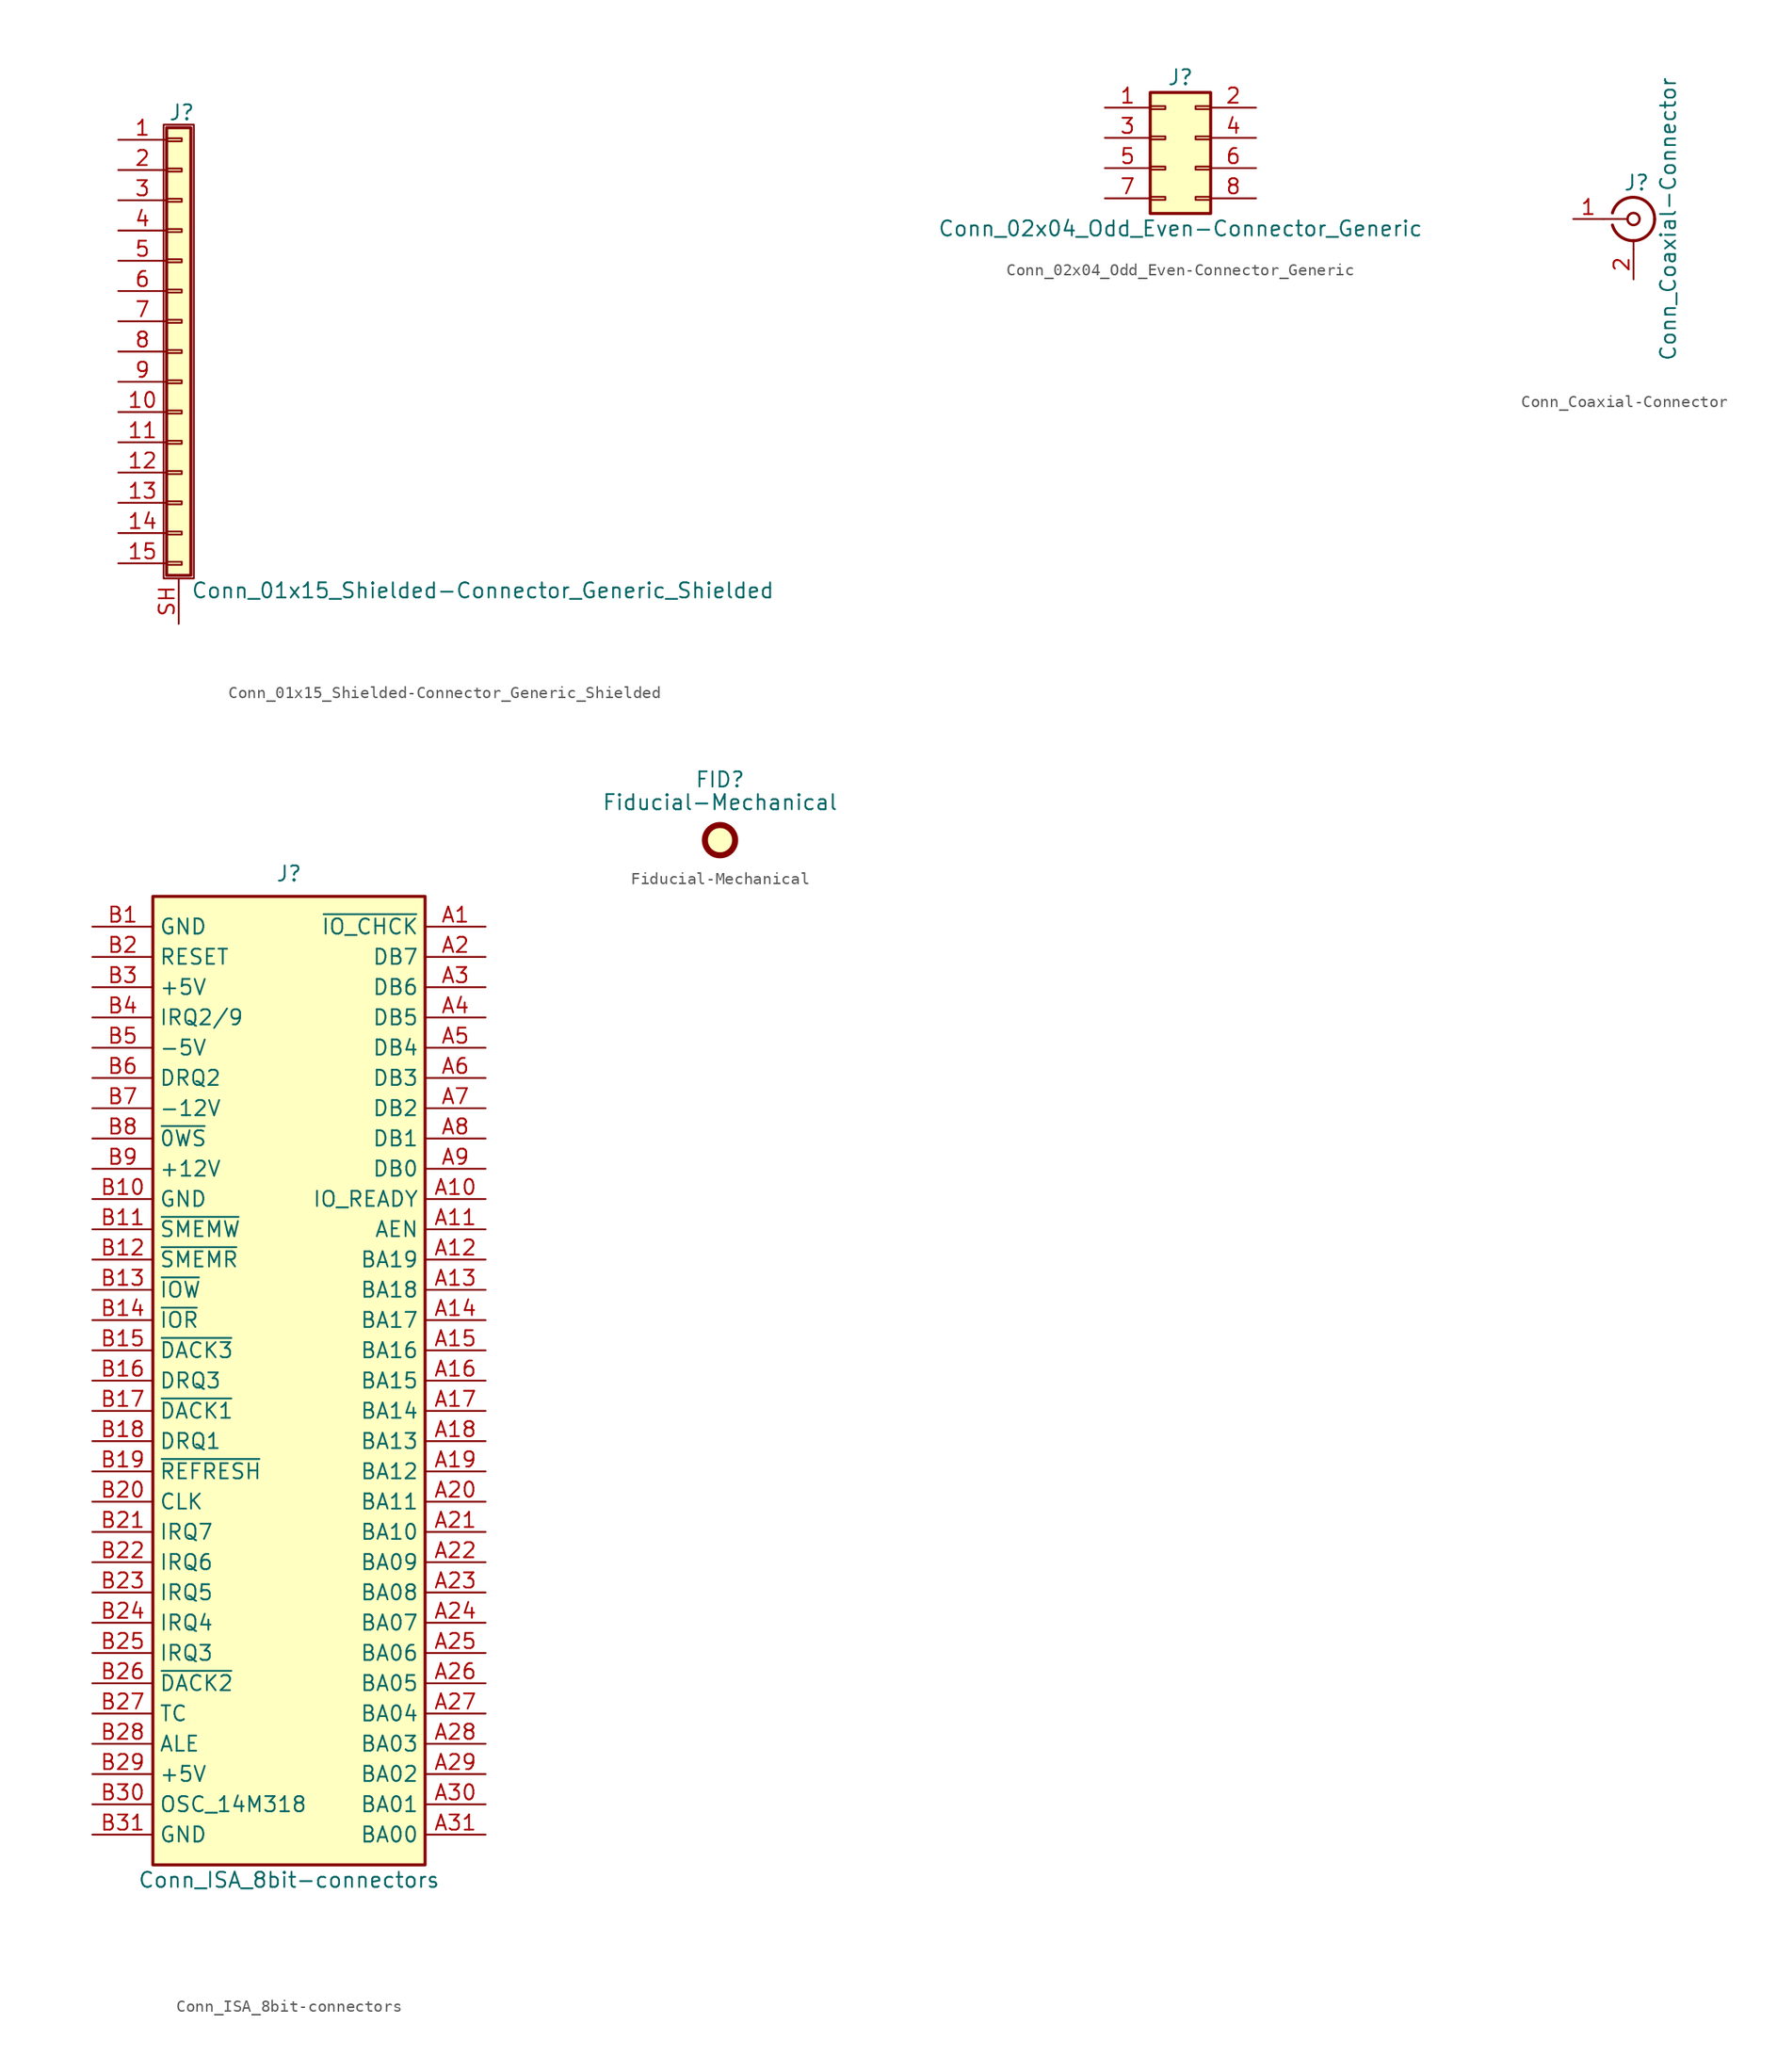
<source format=kicad_sym>
(kicad_symbol_lib
  (version 20220914)
  (generator kicad_symbol_editor)
  (symbol "Conn_01x15_Shielded-Connector_Generic_Shielded"
    (pin_names
      (offset 1.016) hide)
    (property "Reference" "J"
      (at 0.254 20.066 0)
      (effects (font (size 1.27 1.27))))
    (property "Value" "Conn_01x15_Shielded-Connector_Generic_Shielded"
      (at 1.016 -20.066 0)
      (effects (font (size 1.27 1.27)) (justify left)))
    (symbol "Conn_01x15_Shielded-Connector_Generic_Shielded_1_1"
      (rectangle (start -1.27 19.05) (end 1.27 -19.05) (stroke (width 0.152) (type solid)) (fill (type none)))
      (rectangle (start -1.016 -17.653) (end 0.254 -17.907) (stroke (width 0.152) (type solid)) (fill (type none)))
      (rectangle (start -1.016 -15.113) (end 0.254 -15.367) (stroke (width 0.152) (type solid)) (fill (type none)))
      (rectangle (start -1.016 -12.573) (end 0.254 -12.827) (stroke (width 0.152) (type solid)) (fill (type none)))
      (rectangle (start -1.016 -10.033) (end 0.254 -10.287) (stroke (width 0.152) (type solid)) (fill (type none)))
      (rectangle (start -1.016 -7.493) (end 0.254 -7.747) (stroke (width 0.152) (type solid)) (fill (type none)))
      (rectangle (start -1.016 -4.953) (end 0.254 -5.207) (stroke (width 0.152) (type solid)) (fill (type none)))
      (rectangle (start -1.016 -2.413) (end 0.254 -2.667) (stroke (width 0.152) (type solid)) (fill (type none)))
      (rectangle (start -1.016 0.127) (end 0.254 -0.127) (stroke (width 0.152) (type solid)) (fill (type none)))
      (rectangle (start -1.016 2.667) (end 0.254 2.413) (stroke (width 0.152) (type solid)) (fill (type none)))
      (rectangle (start -1.016 5.207) (end 0.254 4.953) (stroke (width 0.152) (type solid)) (fill (type none)))
      (rectangle (start -1.016 7.747) (end 0.254 7.493) (stroke (width 0.152) (type solid)) (fill (type none)))
      (rectangle (start -1.016 10.287) (end 0.254 10.033) (stroke (width 0.152) (type solid)) (fill (type none)))
      (rectangle (start -1.016 12.827) (end 0.254 12.573) (stroke (width 0.152) (type solid)) (fill (type none)))
      (rectangle (start -1.016 15.367) (end 0.254 15.113) (stroke (width 0.152) (type solid)) (fill (type none)))
      (rectangle (start -1.016 17.907) (end 0.254 17.653) (stroke (width 0.152) (type solid)) (fill (type none)))
      (rectangle (start -1.016 18.796) (end 1.016 -18.796) (stroke (width 0.254) (type solid)) (fill (type background)))
      (pin passive line (at -5.08 17.78 0) (length 4.064) (name "Pin_1" (effects (font (size 1.27 1.27)))) (number "1" (effects (font (size 1.27 1.27)))))
      (pin passive line (at -5.08 -5.08 0) (length 4.064) (name "Pin_10" (effects (font (size 1.27 1.27)))) (number "10" (effects (font (size 1.27 1.27)))))
      (pin passive line (at -5.08 -7.62 0) (length 4.064) (name "Pin_11" (effects (font (size 1.27 1.27)))) (number "11" (effects (font (size 1.27 1.27)))))
      (pin passive line (at -5.08 -10.16 0) (length 4.064) (name "Pin_12" (effects (font (size 1.27 1.27)))) (number "12" (effects (font (size 1.27 1.27)))))
      (pin passive line (at -5.08 -12.7 0) (length 4.064) (name "Pin_13" (effects (font (size 1.27 1.27)))) (number "13" (effects (font (size 1.27 1.27)))))
      (pin passive line (at -5.08 -15.24 0) (length 4.064) (name "Pin_14" (effects (font (size 1.27 1.27)))) (number "14" (effects (font (size 1.27 1.27)))))
      (pin passive line (at -5.08 -17.78 0) (length 4.064) (name "Pin_15" (effects (font (size 1.27 1.27)))) (number "15" (effects (font (size 1.27 1.27)))))
      (pin passive line (at -5.08 15.24 0) (length 4.064) (name "Pin_2" (effects (font (size 1.27 1.27)))) (number "2" (effects (font (size 1.27 1.27)))))
      (pin passive line (at -5.08 12.7 0) (length 4.064) (name "Pin_3" (effects (font (size 1.27 1.27)))) (number "3" (effects (font (size 1.27 1.27)))))
      (pin passive line (at -5.08 10.16 0) (length 4.064) (name "Pin_4" (effects (font (size 1.27 1.27)))) (number "4" (effects (font (size 1.27 1.27)))))
      (pin passive line (at -5.08 7.62 0) (length 4.064) (name "Pin_5" (effects (font (size 1.27 1.27)))) (number "5" (effects (font (size 1.27 1.27)))))
      (pin passive line (at -5.08 5.08 0) (length 4.064) (name "Pin_6" (effects (font (size 1.27 1.27)))) (number "6" (effects (font (size 1.27 1.27)))))
      (pin passive line (at -5.08 2.54 0) (length 4.064) (name "Pin_7" (effects (font (size 1.27 1.27)))) (number "7" (effects (font (size 1.27 1.27)))))
      (pin passive line (at -5.08 0 0) (length 4.064) (name "Pin_8" (effects (font (size 1.27 1.27)))) (number "8" (effects (font (size 1.27 1.27)))))
      (pin passive line (at -5.08 -2.54 0) (length 4.064) (name "Pin_9" (effects (font (size 1.27 1.27)))) (number "9" (effects (font (size 1.27 1.27)))))
      (pin passive line (at 0 -22.86 90) (length 3.81) (name "Shield" (effects (font (size 1.27 1.27)))) (number "SH" (effects (font (size 1.27 1.27)))))))
  (symbol "Conn_02x04_Odd_Even-Connector_Generic"
    (pin_names
      (offset 1.016) hide)
    (property "Reference" "J"
      (at 1.27 5.08 0)
      (effects (font (size 1.27 1.27))))
    (property "Value" "Conn_02x04_Odd_Even-Connector_Generic"
      (at 1.27 -7.62 0)
      (effects (font (size 1.27 1.27))))
    (symbol "Conn_02x04_Odd_Even-Connector_Generic_1_1"
      (rectangle (start -1.27 -4.953) (end 0 -5.207) (stroke (width 0.152) (type solid)) (fill (type none)))
      (rectangle (start -1.27 -2.413) (end 0 -2.667) (stroke (width 0.152) (type solid)) (fill (type none)))
      (rectangle (start -1.27 0.127) (end 0 -0.127) (stroke (width 0.152) (type solid)) (fill (type none)))
      (rectangle (start -1.27 2.667) (end 0 2.413) (stroke (width 0.152) (type solid)) (fill (type none)))
      (rectangle (start -1.27 3.81) (end 3.81 -6.35) (stroke (width 0.254) (type solid)) (fill (type background)))
      (rectangle (start 3.81 -4.953) (end 2.54 -5.207) (stroke (width 0.152) (type solid)) (fill (type none)))
      (rectangle (start 3.81 -2.413) (end 2.54 -2.667) (stroke (width 0.152) (type solid)) (fill (type none)))
      (rectangle (start 3.81 0.127) (end 2.54 -0.127) (stroke (width 0.152) (type solid)) (fill (type none)))
      (rectangle (start 3.81 2.667) (end 2.54 2.413) (stroke (width 0.152) (type solid)) (fill (type none)))
      (pin passive line (at -5.08 2.54 0) (length 3.81) (name "Pin_1" (effects (font (size 1.27 1.27)))) (number "1" (effects (font (size 1.27 1.27)))))
      (pin passive line (at 7.62 2.54 180) (length 3.81) (name "Pin_2" (effects (font (size 1.27 1.27)))) (number "2" (effects (font (size 1.27 1.27)))))
      (pin passive line (at -5.08 0 0) (length 3.81) (name "Pin_3" (effects (font (size 1.27 1.27)))) (number "3" (effects (font (size 1.27 1.27)))))
      (pin passive line (at 7.62 0 180) (length 3.81) (name "Pin_4" (effects (font (size 1.27 1.27)))) (number "4" (effects (font (size 1.27 1.27)))))
      (pin passive line (at -5.08 -2.54 0) (length 3.81) (name "Pin_5" (effects (font (size 1.27 1.27)))) (number "5" (effects (font (size 1.27 1.27)))))
      (pin passive line (at 7.62 -2.54 180) (length 3.81) (name "Pin_6" (effects (font (size 1.27 1.27)))) (number "6" (effects (font (size 1.27 1.27)))))
      (pin passive line (at -5.08 -5.08 0) (length 3.81) (name "Pin_7" (effects (font (size 1.27 1.27)))) (number "7" (effects (font (size 1.27 1.27)))))
      (pin passive line (at 7.62 -5.08 180) (length 3.81) (name "Pin_8" (effects (font (size 1.27 1.27)))) (number "8" (effects (font (size 1.27 1.27)))))))
  (symbol "Conn_Coaxial-Connector"
    (pin_names
      (offset 1.016) hide)
    (property "Reference" "J"
      (at 0.254 3.048 0)
      (effects (font (size 1.27 1.27))))
    (property "Value" "Conn_Coaxial-Connector"
      (at 2.921 0 90)
      (effects (font (size 1.27 1.27))))
    (symbol "Conn_Coaxial-Connector_0_1"
      (arc (start -1.778 -0.508) (mid 0.2311 -1.8066) (end 1.778 0) (stroke (width 0.254) (type solid)) (fill (type none)))
      (polyline (pts (xy -2.54 0) (xy -0.508 0)) (stroke (width 0) (type solid)) (fill (type none)))
      (polyline (pts (xy 0 -2.54) (xy 0 -1.778)) (stroke (width 0) (type solid)) (fill (type none)))
      (circle (center 0 0) (radius 0.508) (stroke (width 0.203) (type solid)) (fill (type none)))
      (arc (start 1.778 0) (mid 0.2099 1.8101) (end -1.778 0.508) (stroke (width 0.254) (type solid)) (fill (type none))))
    (symbol "Conn_Coaxial-Connector_1_1"
      (pin passive line (at -5.08 0 0) (length 2.54) (name "In" (effects (font (size 1.27 1.27)))) (number "1" (effects (font (size 1.27 1.27)))))
      (pin passive line (at 0 -5.08 90) (length 2.54) (name "Ext" (effects (font (size 1.27 1.27)))) (number "2" (effects (font (size 1.27 1.27)))))))
  (symbol "Conn_ISA_8bit-connectors"
    (property "Reference" "J"
      (at 11.43 1.905 0)
      (effects (font (size 1.27 1.27))))
    (property "Value" "Conn_ISA_8bit-connectors"
      (at 11.43 -82.55 0)
      (effects (font (size 1.27 1.27))))
    (symbol "Conn_ISA_8bit-connectors_0_1"
      (rectangle (start 0 -81.28) (end 22.86 0) (stroke (width 0.254) (type solid)) (fill (type background))))
    (symbol "Conn_ISA_8bit-connectors_1_1"
      (pin passive line (at 27.94 -2.54 180) (length 5.08) (name "~{IO_CHCK}" (effects (font (size 1.27 1.27)))) (number "A1" (effects (font (size 1.27 1.27)))))
      (pin passive line (at 27.94 -25.4 180) (length 5.08) (name "IO_READY" (effects (font (size 1.27 1.27)))) (number "A10" (effects (font (size 1.27 1.27)))))
      (pin output line (at 27.94 -27.94 180) (length 5.08) (name "AEN" (effects (font (size 1.27 1.27)))) (number "A11" (effects (font (size 1.27 1.27)))))
      (pin tri_state line (at 27.94 -30.48 180) (length 5.08) (name "BA19" (effects (font (size 1.27 1.27)))) (number "A12" (effects (font (size 1.27 1.27)))))
      (pin tri_state line (at 27.94 -33.02 180) (length 5.08) (name "BA18" (effects (font (size 1.27 1.27)))) (number "A13" (effects (font (size 1.27 1.27)))))
      (pin tri_state line (at 27.94 -35.56 180) (length 5.08) (name "BA17" (effects (font (size 1.27 1.27)))) (number "A14" (effects (font (size 1.27 1.27)))))
      (pin tri_state line (at 27.94 -38.1 180) (length 5.08) (name "BA16" (effects (font (size 1.27 1.27)))) (number "A15" (effects (font (size 1.27 1.27)))))
      (pin tri_state line (at 27.94 -40.64 180) (length 5.08) (name "BA15" (effects (font (size 1.27 1.27)))) (number "A16" (effects (font (size 1.27 1.27)))))
      (pin tri_state line (at 27.94 -43.18 180) (length 5.08) (name "BA14" (effects (font (size 1.27 1.27)))) (number "A17" (effects (font (size 1.27 1.27)))))
      (pin tri_state line (at 27.94 -45.72 180) (length 5.08) (name "BA13" (effects (font (size 1.27 1.27)))) (number "A18" (effects (font (size 1.27 1.27)))))
      (pin tri_state line (at 27.94 -48.26 180) (length 5.08) (name "BA12" (effects (font (size 1.27 1.27)))) (number "A19" (effects (font (size 1.27 1.27)))))
      (pin tri_state line (at 27.94 -5.08 180) (length 5.08) (name "DB7" (effects (font (size 1.27 1.27)))) (number "A2" (effects (font (size 1.27 1.27)))))
      (pin tri_state line (at 27.94 -50.8 180) (length 5.08) (name "BA11" (effects (font (size 1.27 1.27)))) (number "A20" (effects (font (size 1.27 1.27)))))
      (pin tri_state line (at 27.94 -53.34 180) (length 5.08) (name "BA10" (effects (font (size 1.27 1.27)))) (number "A21" (effects (font (size 1.27 1.27)))))
      (pin tri_state line (at 27.94 -55.88 180) (length 5.08) (name "BA09" (effects (font (size 1.27 1.27)))) (number "A22" (effects (font (size 1.27 1.27)))))
      (pin tri_state line (at 27.94 -58.42 180) (length 5.08) (name "BA08" (effects (font (size 1.27 1.27)))) (number "A23" (effects (font (size 1.27 1.27)))))
      (pin tri_state line (at 27.94 -60.96 180) (length 5.08) (name "BA07" (effects (font (size 1.27 1.27)))) (number "A24" (effects (font (size 1.27 1.27)))))
      (pin tri_state line (at 27.94 -63.5 180) (length 5.08) (name "BA06" (effects (font (size 1.27 1.27)))) (number "A25" (effects (font (size 1.27 1.27)))))
      (pin tri_state line (at 27.94 -66.04 180) (length 5.08) (name "BA05" (effects (font (size 1.27 1.27)))) (number "A26" (effects (font (size 1.27 1.27)))))
      (pin tri_state line (at 27.94 -68.58 180) (length 5.08) (name "BA04" (effects (font (size 1.27 1.27)))) (number "A27" (effects (font (size 1.27 1.27)))))
      (pin tri_state line (at 27.94 -71.12 180) (length 5.08) (name "BA03" (effects (font (size 1.27 1.27)))) (number "A28" (effects (font (size 1.27 1.27)))))
      (pin tri_state line (at 27.94 -73.66 180) (length 5.08) (name "BA02" (effects (font (size 1.27 1.27)))) (number "A29" (effects (font (size 1.27 1.27)))))
      (pin tri_state line (at 27.94 -7.62 180) (length 5.08) (name "DB6" (effects (font (size 1.27 1.27)))) (number "A3" (effects (font (size 1.27 1.27)))))
      (pin tri_state line (at 27.94 -76.2 180) (length 5.08) (name "BA01" (effects (font (size 1.27 1.27)))) (number "A30" (effects (font (size 1.27 1.27)))))
      (pin tri_state line (at 27.94 -78.74 180) (length 5.08) (name "BA00" (effects (font (size 1.27 1.27)))) (number "A31" (effects (font (size 1.27 1.27)))))
      (pin tri_state line (at 27.94 -10.16 180) (length 5.08) (name "DB5" (effects (font (size 1.27 1.27)))) (number "A4" (effects (font (size 1.27 1.27)))))
      (pin tri_state line (at 27.94 -12.7 180) (length 5.08) (name "DB4" (effects (font (size 1.27 1.27)))) (number "A5" (effects (font (size 1.27 1.27)))))
      (pin tri_state line (at 27.94 -15.24 180) (length 5.08) (name "DB3" (effects (font (size 1.27 1.27)))) (number "A6" (effects (font (size 1.27 1.27)))))
      (pin tri_state line (at 27.94 -17.78 180) (length 5.08) (name "DB2" (effects (font (size 1.27 1.27)))) (number "A7" (effects (font (size 1.27 1.27)))))
      (pin tri_state line (at 27.94 -20.32 180) (length 5.08) (name "DB1" (effects (font (size 1.27 1.27)))) (number "A8" (effects (font (size 1.27 1.27)))))
      (pin tri_state line (at 27.94 -22.86 180) (length 5.08) (name "DB0" (effects (font (size 1.27 1.27)))) (number "A9" (effects (font (size 1.27 1.27)))))
      (pin power_out line (at -5.08 -2.54 0) (length 5.08) (name "GND" (effects (font (size 1.27 1.27)))) (number "B1" (effects (font (size 1.27 1.27)))))
      (pin power_in line (at -5.08 -25.4 0) (length 5.08) (name "GND" (effects (font (size 1.27 1.27)))) (number "B10" (effects (font (size 1.27 1.27)))))
      (pin output line (at -5.08 -27.94 0) (length 5.08) (name "~{SMEMW}" (effects (font (size 1.27 1.27)))) (number "B11" (effects (font (size 1.27 1.27)))))
      (pin output line (at -5.08 -30.48 0) (length 5.08) (name "~{SMEMR}" (effects (font (size 1.27 1.27)))) (number "B12" (effects (font (size 1.27 1.27)))))
      (pin output line (at -5.08 -33.02 0) (length 5.08) (name "~{IOW}" (effects (font (size 1.27 1.27)))) (number "B13" (effects (font (size 1.27 1.27)))))
      (pin output line (at -5.08 -35.56 0) (length 5.08) (name "~{IOR}" (effects (font (size 1.27 1.27)))) (number "B14" (effects (font (size 1.27 1.27)))))
      (pin passive line (at -5.08 -38.1 0) (length 5.08) (name "~{DACK3}" (effects (font (size 1.27 1.27)))) (number "B15" (effects (font (size 1.27 1.27)))))
      (pin passive line (at -5.08 -40.64 0) (length 5.08) (name "DRQ3" (effects (font (size 1.27 1.27)))) (number "B16" (effects (font (size 1.27 1.27)))))
      (pin passive line (at -5.08 -43.18 0) (length 5.08) (name "~{DACK1}" (effects (font (size 1.27 1.27)))) (number "B17" (effects (font (size 1.27 1.27)))))
      (pin passive line (at -5.08 -45.72 0) (length 5.08) (name "DRQ1" (effects (font (size 1.27 1.27)))) (number "B18" (effects (font (size 1.27 1.27)))))
      (pin passive line (at -5.08 -48.26 0) (length 5.08) (name "~{REFRESH}" (effects (font (size 1.27 1.27)))) (number "B19" (effects (font (size 1.27 1.27)))))
      (pin output line (at -5.08 -5.08 0) (length 5.08) (name "RESET" (effects (font (size 1.27 1.27)))) (number "B2" (effects (font (size 1.27 1.27)))))
      (pin output line (at -5.08 -50.8 0) (length 5.08) (name "CLK" (effects (font (size 1.27 1.27)))) (number "B20" (effects (font (size 1.27 1.27)))))
      (pin passive line (at -5.08 -53.34 0) (length 5.08) (name "IRQ7" (effects (font (size 1.27 1.27)))) (number "B21" (effects (font (size 1.27 1.27)))))
      (pin passive line (at -5.08 -55.88 0) (length 5.08) (name "IRQ6" (effects (font (size 1.27 1.27)))) (number "B22" (effects (font (size 1.27 1.27)))))
      (pin passive line (at -5.08 -58.42 0) (length 5.08) (name "IRQ5" (effects (font (size 1.27 1.27)))) (number "B23" (effects (font (size 1.27 1.27)))))
      (pin passive line (at -5.08 -60.96 0) (length 5.08) (name "IRQ4" (effects (font (size 1.27 1.27)))) (number "B24" (effects (font (size 1.27 1.27)))))
      (pin passive line (at -5.08 -63.5 0) (length 5.08) (name "IRQ3" (effects (font (size 1.27 1.27)))) (number "B25" (effects (font (size 1.27 1.27)))))
      (pin passive line (at -5.08 -66.04 0) (length 5.08) (name "~{DACK2}" (effects (font (size 1.27 1.27)))) (number "B26" (effects (font (size 1.27 1.27)))))
      (pin passive line (at -5.08 -68.58 0) (length 5.08) (name "TC" (effects (font (size 1.27 1.27)))) (number "B27" (effects (font (size 1.27 1.27)))))
      (pin output line (at -5.08 -71.12 0) (length 5.08) (name "ALE" (effects (font (size 1.27 1.27)))) (number "B28" (effects (font (size 1.27 1.27)))))
      (pin power_in line (at -5.08 -73.66 0) (length 5.08) (name "+5V" (effects (font (size 1.27 1.27)))) (number "B29" (effects (font (size 1.27 1.27)))))
      (pin power_out line (at -5.08 -7.62 0) (length 5.08) (name "+5V" (effects (font (size 1.27 1.27)))) (number "B3" (effects (font (size 1.27 1.27)))))
      (pin output line (at -5.08 -76.2 0) (length 5.08) (name "OSC_14M318" (effects (font (size 1.27 1.27)))) (number "B30" (effects (font (size 1.27 1.27)))))
      (pin power_in line (at -5.08 -78.74 0) (length 5.08) (name "GND" (effects (font (size 1.27 1.27)))) (number "B31" (effects (font (size 1.27 1.27)))))
      (pin passive line (at -5.08 -10.16 0) (length 5.08) (name "IRQ2/9" (effects (font (size 1.27 1.27)))) (number "B4" (effects (font (size 1.27 1.27)))))
      (pin power_out line (at -5.08 -12.7 0) (length 5.08) (name "-5V" (effects (font (size 1.27 1.27)))) (number "B5" (effects (font (size 1.27 1.27)))))
      (pin passive line (at -5.08 -15.24 0) (length 5.08) (name "DRQ2" (effects (font (size 1.27 1.27)))) (number "B6" (effects (font (size 1.27 1.27)))))
      (pin power_out line (at -5.08 -17.78 0) (length 5.08) (name "-12V" (effects (font (size 1.27 1.27)))) (number "B7" (effects (font (size 1.27 1.27)))))
      (pin passive line (at -5.08 -20.32 0) (length 5.08) (name "~{0WS}" (effects (font (size 1.27 1.27)))) (number "B8" (effects (font (size 1.27 1.27)))))
      (pin power_out line (at -5.08 -22.86 0) (length 5.08) (name "+12V" (effects (font (size 1.27 1.27)))) (number "B9" (effects (font (size 1.27 1.27)))))))
  (symbol "Fiducial-Mechanical"
    (property "Reference" "FID"
      (at 0 5.08 0)
      (effects (font (size 1.27 1.27))))
    (property "Value" "Fiducial-Mechanical"
      (at 0 3.175 0)
      (effects (font (size 1.27 1.27))))
    (symbol "Fiducial-Mechanical_0_1"
      (circle (center 0 0) (radius 1.27) (stroke (width 0.508) (type solid)) (fill (type background))))))
</source>
